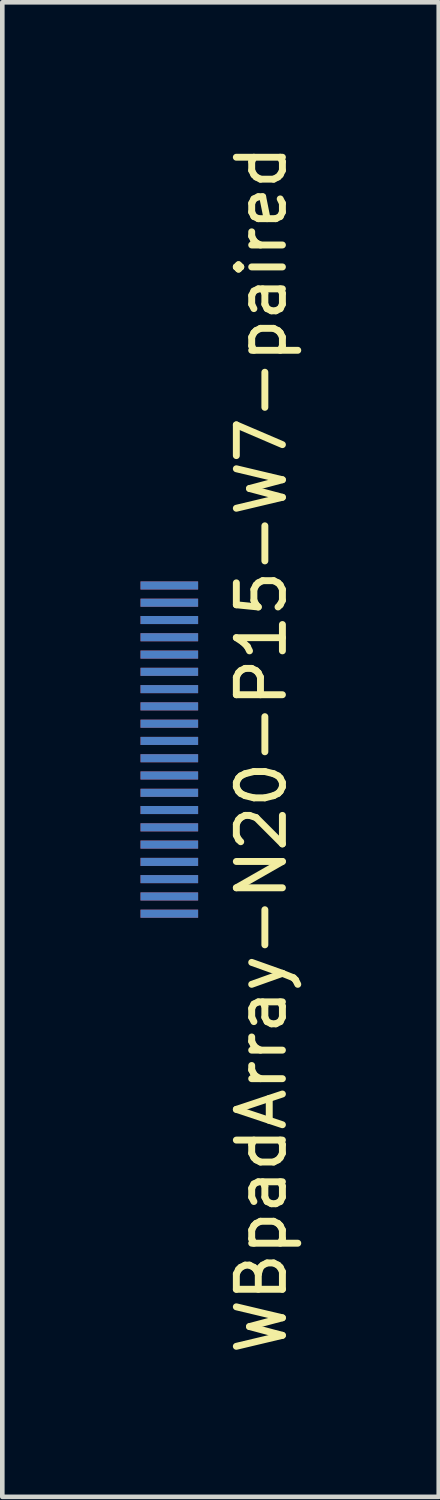
<source format=kicad_pcb>
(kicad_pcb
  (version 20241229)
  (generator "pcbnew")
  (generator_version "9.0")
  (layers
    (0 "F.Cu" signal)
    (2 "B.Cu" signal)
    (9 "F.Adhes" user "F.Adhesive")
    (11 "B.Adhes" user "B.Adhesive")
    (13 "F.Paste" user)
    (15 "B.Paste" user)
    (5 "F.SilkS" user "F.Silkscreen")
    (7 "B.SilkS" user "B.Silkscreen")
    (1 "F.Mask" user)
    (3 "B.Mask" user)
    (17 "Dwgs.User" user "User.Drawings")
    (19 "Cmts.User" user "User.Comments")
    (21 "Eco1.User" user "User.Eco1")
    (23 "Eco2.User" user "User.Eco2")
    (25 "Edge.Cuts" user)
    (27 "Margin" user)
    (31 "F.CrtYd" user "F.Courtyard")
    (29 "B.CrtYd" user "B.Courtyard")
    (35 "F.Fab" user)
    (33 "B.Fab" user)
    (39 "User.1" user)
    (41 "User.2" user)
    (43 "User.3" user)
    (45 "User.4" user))
  (footprint "WBpadArray-N20-P15-W7-paired"
    (layer "F.Cu")
    (at 0.625 13.22)
    (property "Reference" "WBpadArray-N20-P15-W7-paired" (at 2 0 270) (layer "F.SilkS") (effects (font (size 1 1) (thickness 0.15))))
    (attr through_hole)
    (pad "1" smd rect (at 0 -3.562) (size 1.25 0.175) (layers "F.Cu" "F.Mask"))
    (pad "2" smd rect (at 0 -3.188) (size 1.25 0.175) (layers "F.Cu" "F.Mask"))
    (pad "3" smd rect (at 0 -2.812) (size 1.25 0.175) (layers "F.Cu" "F.Mask"))
    (pad "4" smd rect (at 0 -2.438) (size 1.25 0.175) (layers "F.Cu" "F.Mask"))
    (pad "5" smd rect (at 0 -2.062) (size 1.25 0.175) (layers "F.Cu" "F.Mask"))
    (pad "6" smd rect (at 0 -1.688) (size 1.25 0.175) (layers "F.Cu" "F.Mask"))
    (pad "7" smd rect (at 0 -1.312) (size 1.25 0.175) (layers "F.Cu" "F.Mask"))
    (pad "8" smd rect (at 0 -0.938) (size 1.25 0.175) (layers "F.Cu" "F.Mask"))
    (pad "9" smd rect (at 0 -0.562) (size 1.25 0.175) (layers "F.Cu" "F.Mask"))
    (pad "10" smd rect (at 0 -0.188) (size 1.25 0.175) (layers "F.Cu" "F.Mask"))
    (pad "11" smd rect (at 0 0.188) (size 1.25 0.175) (layers "F.Cu" "F.Mask"))
    (pad "12" smd rect (at 0 0.562) (size 1.25 0.175) (layers "F.Cu" "F.Mask"))
    (pad "13" smd rect (at 0 0.938) (size 1.25 0.175) (layers "F.Cu" "F.Mask"))
    (pad "14" smd rect (at 0 1.312) (size 1.25 0.175) (layers "F.Cu" "F.Mask"))
    (pad "15" smd rect (at 0 1.688) (size 1.25 0.175) (layers "F.Cu" "F.Mask"))
    (pad "16" smd rect (at 0 2.062) (size 1.25 0.175) (layers "F.Cu" "F.Mask"))
    (pad "17" smd rect (at 0 2.438) (size 1.25 0.175) (layers "F.Cu" "F.Mask"))
    (pad "18" smd rect (at 0 2.812) (size 1.25 0.175) (layers "F.Cu" "F.Mask"))
    (pad "19" smd rect (at 0 3.188) (size 1.25 0.175) (layers "F.Cu" "F.Mask"))
    (pad "20" smd rect (at 0 3.562) (size 1.25 0.175) (layers "F.Cu" "F.Mask"))
    (pad "21" smd rect (at 0 3.562) (size 1.25 0.175) (layers "B.Cu"))
    (pad "22" smd rect (at 0 3.188) (size 1.25 0.175) (layers "B.Cu"))
    (pad "23" smd rect (at 0 2.812) (size 1.25 0.175) (layers "B.Cu"))
    (pad "24" smd rect (at 0 2.438) (size 1.25 0.175) (layers "B.Cu"))
    (pad "25" smd rect (at 0 2.062) (size 1.25 0.175) (layers "B.Cu"))
    (pad "26" smd rect (at 0 1.688) (size 1.25 0.175) (layers "B.Cu"))
    (pad "27" smd rect (at 0 1.312) (size 1.25 0.175) (layers "B.Cu"))
    (pad "28" smd rect (at 0 0.938) (size 1.25 0.175) (layers "B.Cu"))
    (pad "29" smd rect (at 0 0.562) (size 1.25 0.175) (layers "B.Cu"))
    (pad "30" smd rect (at 0 0.188) (size 1.25 0.175) (layers "B.Cu"))
    (pad "31" smd rect (at 0 -0.188) (size 1.25 0.175) (layers "B.Cu"))
    (pad "32" smd rect (at 0 -0.562) (size 1.25 0.175) (layers "B.Cu"))
    (pad "33" smd rect (at 0 -0.938) (size 1.25 0.175) (layers "B.Cu"))
    (pad "34" smd rect (at 0 -1.312) (size 1.25 0.175) (layers "B.Cu"))
    (pad "35" smd rect (at 0 -1.688) (size 1.25 0.175) (layers "B.Cu"))
    (pad "36" smd rect (at 0 -2.062) (size 1.25 0.175) (layers "B.Cu"))
    (pad "37" smd rect (at 0 -2.438) (size 1.25 0.175) (layers "B.Cu"))
    (pad "38" smd rect (at 0 -2.812) (size 1.25 0.175) (layers "B.Cu"))
    (pad "39" smd rect (at 0 -3.188) (size 1.25 0.175) (layers "B.Cu"))
    (pad "40" smd rect (at 0 -3.562) (size 1.25 0.175) (layers "B.Cu")))
  (gr_rect
    (start -3 -3)
    (end 6.473 29.44)
    (stroke (width 0.1) (type default))
    (fill no)
    (layer "Edge.Cuts")))
</source>
